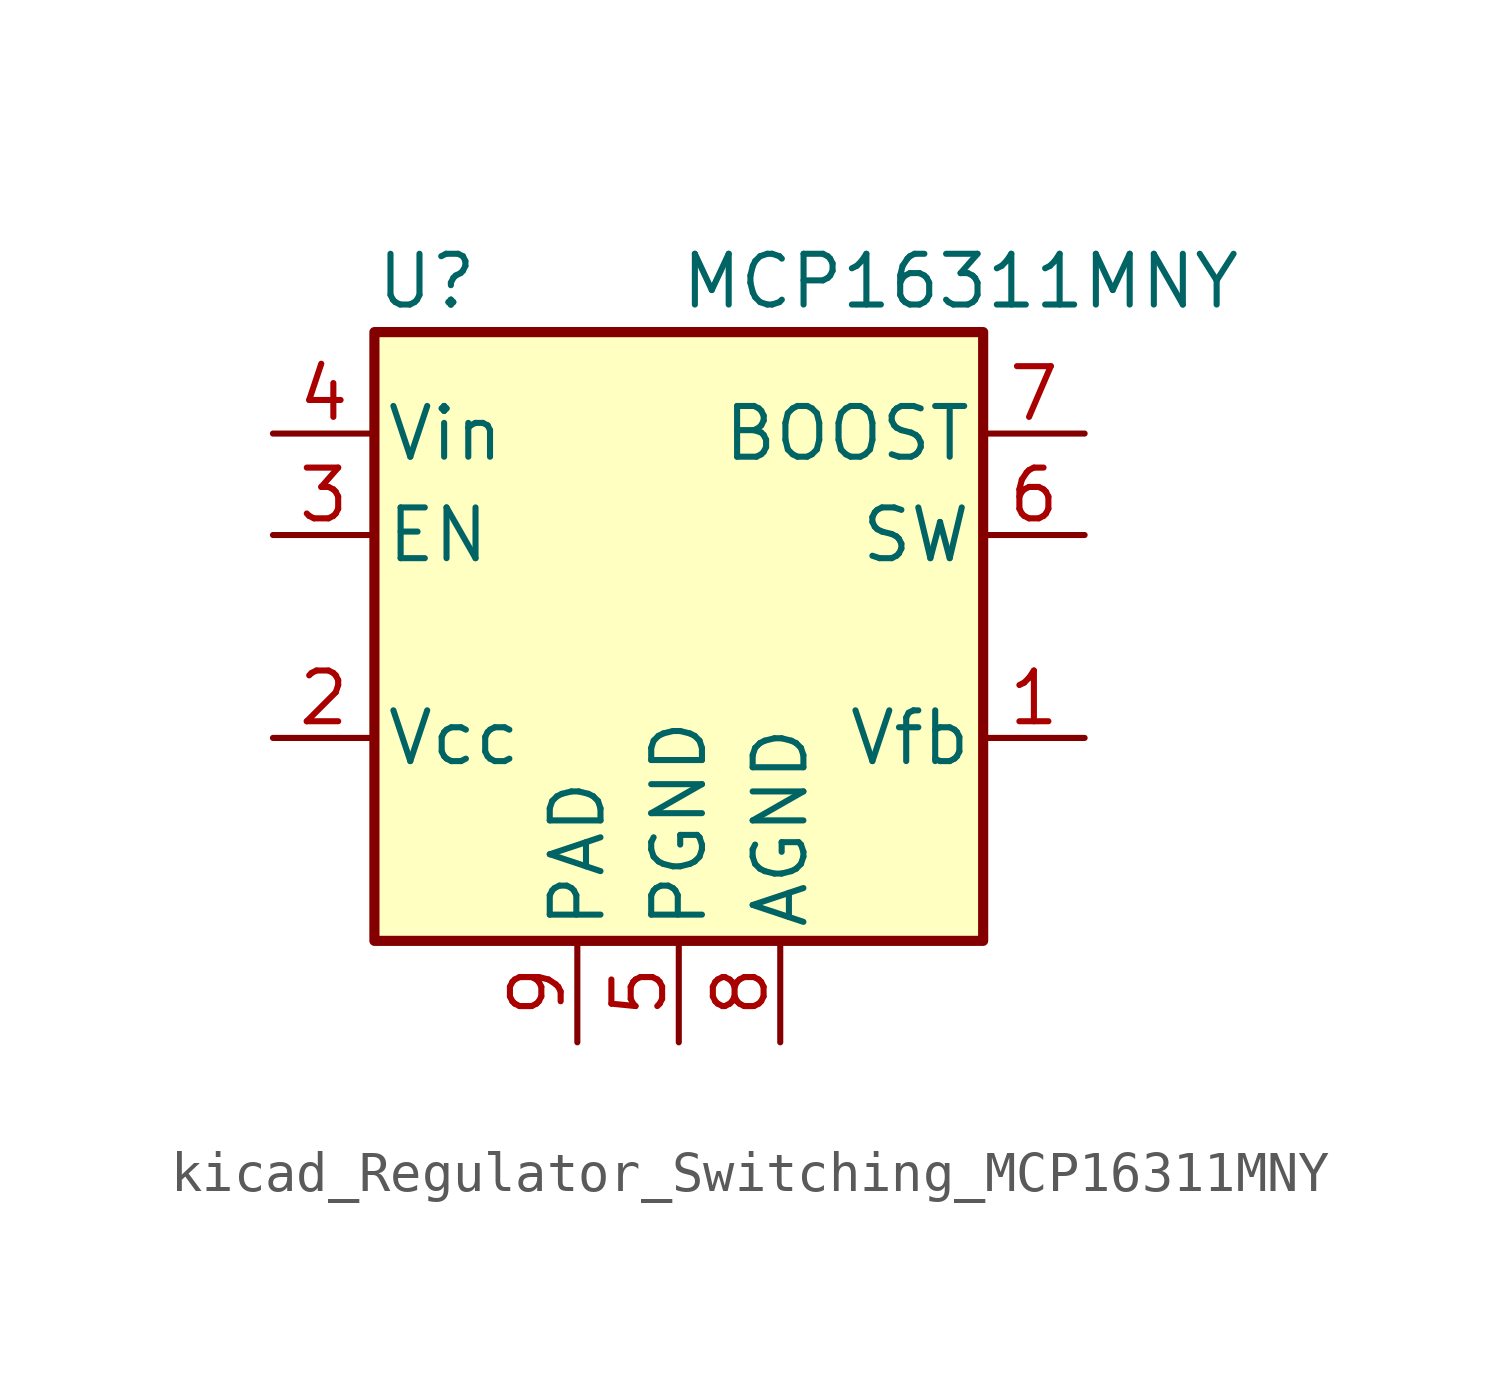
<source format=kicad_sym>
(kicad_symbol_lib
  (version 20220914)
  (generator kicad_symbol_editor)
  (symbol "kicad_Regulator_Switching_MCP16311MNY"
    (pin_names
      (offset 0.254))
    (property "Reference" "U"
      (at -7.62 11.43 0)
      (effects (font (size 1.27 1.27)) (justify left)))
    (property "Value" "MCP16311MNY"
      (at 0 11.43 0)
      (effects (font (size 1.27 1.27)) (justify left)))
    (symbol "kicad_Regulator_Switching_MCP16311MNY_0_1"
      (rectangle (start -7.62 10.16) (end 7.62 -5.08) (stroke (width 0.254) (type default)) (fill (type background))))
    (symbol "kicad_Regulator_Switching_MCP16311MNY_1_1"
      (pin input line (at 10.16 0 180) (length 2.54) (name "Vfb" (effects (font (size 1.27 1.27)))) (number "1" (effects (font (size 1.27 1.27)))))
      (pin power_out line (at -10.16 0 0) (length 2.54) (name "Vcc" (effects (font (size 1.27 1.27)))) (number "2" (effects (font (size 1.27 1.27)))))
      (pin input line (at -10.16 5.08 0) (length 2.54) (name "EN" (effects (font (size 1.27 1.27)))) (number "3" (effects (font (size 1.27 1.27)))))
      (pin power_in line (at -10.16 7.62 0) (length 2.54) (name "Vin" (effects (font (size 1.27 1.27)))) (number "4" (effects (font (size 1.27 1.27)))))
      (pin power_in line (at 0 -7.62 90) (length 2.54) (name "PGND" (effects (font (size 1.27 1.27)))) (number "5" (effects (font (size 1.27 1.27)))))
      (pin power_out line (at 10.16 5.08 180) (length 2.54) (name "SW" (effects (font (size 1.27 1.27)))) (number "6" (effects (font (size 1.27 1.27)))))
      (pin output line (at 10.16 7.62 180) (length 2.54) (name "BOOST" (effects (font (size 1.27 1.27)))) (number "7" (effects (font (size 1.27 1.27)))))
      (pin power_in line (at 2.54 -7.62 90) (length 2.54) (name "AGND" (effects (font (size 1.27 1.27)))) (number "8" (effects (font (size 1.27 1.27)))))
      (pin power_in line (at -2.54 -7.62 90) (length 2.54) (name "PAD" (effects (font (size 1.27 1.27)))) (number "9" (effects (font (size 1.27 1.27))))))))
</source>
